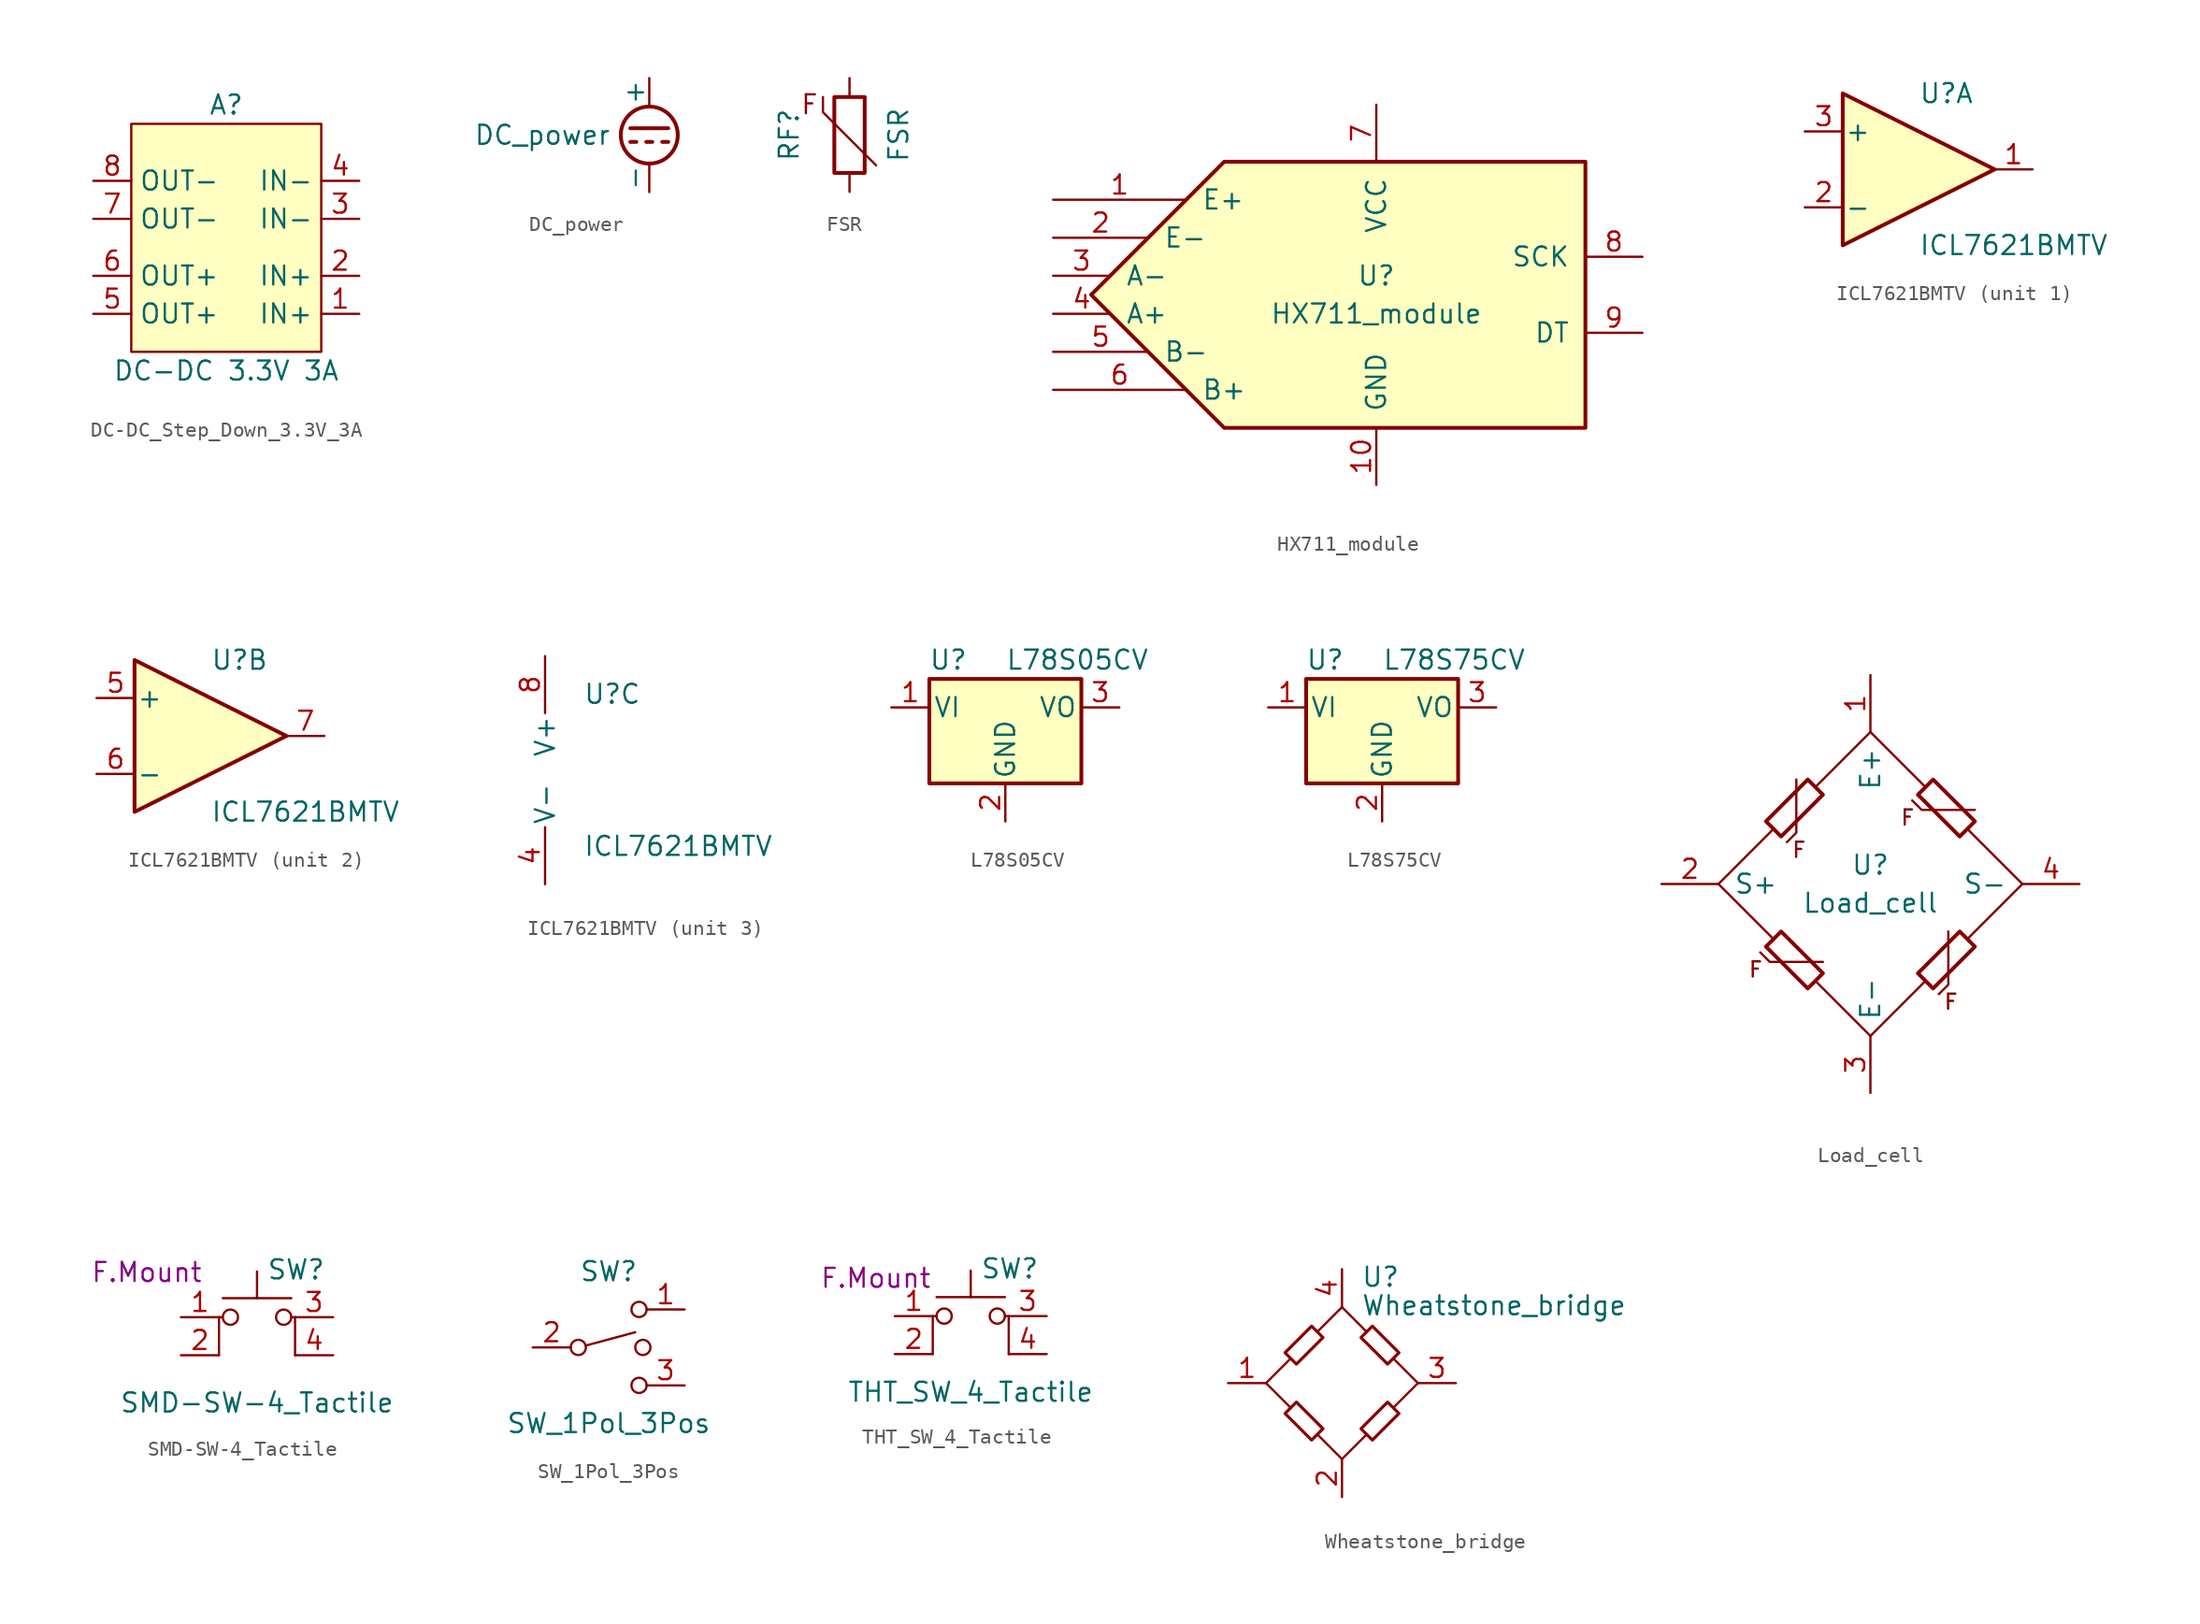
<source format=kicad_sym>
(kicad_symbol_lib
  (version 20220914)
  (generator kicad_symbol_editor)
  (symbol "DC-DC_Step_Down_3.3V_3A"
    (property "Reference" "A"
      (at 0 8.89 0)
      (effects (font (size 1.27 1.27))))
    (property "Value" "DC-DC 3.3V 3A"
      (at 0 -8.89 0)
      (effects (font (size 1.27 1.27))))
    (symbol "DC-DC_Step_Down_3.3V_3A_1_1"
      (rectangle (start -6.35 7.62) (end 6.35 -7.62) (stroke (width 0) (type default)) (fill (type background)))
      (pin power_in line (at 8.89 -5.08 180) (length 2.54) (name "IN+" (effects (font (size 1.27 1.27)))) (number "1" (effects (font (size 1.27 1.27)))))
      (pin power_in line (at 8.89 -2.54 180) (length 2.54) (name "IN+" (effects (font (size 1.27 1.27)))) (number "2" (effects (font (size 1.27 1.27)))))
      (pin power_in line (at 8.89 1.27 180) (length 2.54) (name "IN-" (effects (font (size 1.27 1.27)))) (number "3" (effects (font (size 1.27 1.27)))))
      (pin power_in line (at 8.89 3.81 180) (length 2.54) (name "IN-" (effects (font (size 1.27 1.27)))) (number "4" (effects (font (size 1.27 1.27)))))
      (pin power_out line (at -8.89 -5.08 0) (length 2.54) (name "OUT+" (effects (font (size 1.27 1.27)))) (number "5" (effects (font (size 1.27 1.27)))))
      (pin power_out line (at -8.89 -2.54 0) (length 2.54) (name "OUT+" (effects (font (size 1.27 1.27)))) (number "6" (effects (font (size 1.27 1.27)))))
      (pin power_out line (at -8.89 1.27 0) (length 2.54) (name "OUT-" (effects (font (size 1.27 1.27)))) (number "7" (effects (font (size 1.27 1.27)))))
      (pin power_out line (at -8.89 3.81 0) (length 2.54) (name "OUT-" (effects (font (size 1.27 1.27)))) (number "8" (effects (font (size 1.27 1.27)))))))
  (symbol "DC_power"
    (pin_numbers hide)
    (pin_names
      (offset 0))
    (property "Reference" "#PWR"
      (at 2.54 0 0)
      (effects (font (size 1.27 1.27)) (justify left) hide))
    (property "Value" "DC_power"
      (at -2.54 0 0)
      (effects (font (size 1.27 1.27)) (justify right)))
    (symbol "DC_power_0_1"
      (polyline (pts (xy -1.27 -0.457) (xy -0.864 -0.457)) (stroke (width 0.254) (type default)) (fill (type none)))
      (polyline (pts (xy -1.27 0.457) (xy 1.27 0.457)) (stroke (width 0.254) (type default)) (fill (type none)))
      (polyline (pts (xy -0.203 -0.457) (xy 0.203 -0.457)) (stroke (width 0.254) (type default)) (fill (type none)))
      (polyline (pts (xy 0.864 -0.457) (xy 1.27 -0.457)) (stroke (width 0.254) (type default)) (fill (type none)))
      (circle (center 0 0) (radius 1.905) (stroke (width 0.254) (type default)) (fill (type none))))
    (symbol "DC_power_1_1"
      (pin power_out line (at 0 3.81 270) (length 1.905) (name "+" (effects (font (size 1.27 1.27)))) (number "1" (effects (font (size 1.27 1.27)))))
      (pin power_out line (at 0 -3.81 90) (length 1.905) (name "-" (effects (font (size 1.27 1.27)))) (number "2" (effects (font (size 1.27 1.27)))))))
  (symbol "FSR"
    (pin_numbers hide)
    (pin_names
      (offset 0) hide)
    (property "Reference" "RF"
      (at -3.302 0 90)
      (effects (font (size 1.27 1.27)) (justify bottom)))
    (property "Value" "FSR"
      (at 2.54 0 90)
      (effects (font (size 1.27 1.27)) (justify top)))
    (symbol "FSR_0_1"
      (rectangle (start -1.016 2.54) (end 1.016 -2.54) (stroke (width 0.254) (type default)) (fill (type none)))
      (polyline (pts (xy -1.778 2.54) (xy -1.778 1.524) (xy 1.778 -2.032)) (stroke (width 0) (type default)) (fill (type none))))
    (symbol "FSR_1_1"
      (text "F" (at -2.032 2.032 0) (effects (font (size 1.27 1.27)) (justify right)))
      (pin passive line (at 0 3.81 270) (length 1.27) (name "~" (effects (font (size 1.27 1.27)))) (number "1" (effects (font (size 1.27 1.27)))))
      (pin passive line (at 0 -3.81 90) (length 1.27) (name "~" (effects (font (size 1.27 1.27)))) (number "2" (effects (font (size 1.27 1.27)))))))
  (symbol "HX711_module"
    (pin_names
      (offset 1.016))
    (property "Reference" "U"
      (at 0 1.27 0)
      (effects (font (size 1.27 1.27))))
    (property "Value" "HX711_module"
      (at 0 -1.27 0)
      (effects (font (size 1.27 1.27))))
    (symbol "HX711_module_0_1"
      (polyline (pts (xy 13.97 8.89) (xy -10.16 8.89) (xy -19.05 0) (xy -10.16 -8.89) (xy 13.97 -8.89) (xy 13.97 8.89)) (stroke (width 0.254) (type default)) (fill (type background))))
    (symbol "HX711_module_1_1"
      (pin power_out line (at -21.59 6.35 0) (length 8.89) (name "E+" (effects (font (size 1.27 1.27)))) (number "1" (effects (font (size 1.27 1.27)))))
      (pin power_in line (at 0 -12.7 90) (length 3.81) (name "GND" (effects (font (size 1.27 1.27)))) (number "10" (effects (font (size 1.27 1.27)))))
      (pin power_out line (at -21.59 3.81 0) (length 6.35) (name "E-" (effects (font (size 1.27 1.27)))) (number "2" (effects (font (size 1.27 1.27)))))
      (pin input line (at -21.59 1.27 0) (length 3.81) (name "A-" (effects (font (size 1.27 1.27)))) (number "3" (effects (font (size 1.27 1.27)))))
      (pin input line (at -21.59 -1.27 0) (length 3.81) (name "A+" (effects (font (size 1.27 1.27)))) (number "4" (effects (font (size 1.27 1.27)))))
      (pin input line (at -21.59 -3.81 0) (length 6.35) (name "B-" (effects (font (size 1.27 1.27)))) (number "5" (effects (font (size 1.27 1.27)))))
      (pin input line (at -21.59 -6.35 0) (length 8.89) (name "B+" (effects (font (size 1.27 1.27)))) (number "6" (effects (font (size 1.27 1.27)))))
      (pin power_in line (at 0 12.7 270) (length 3.81) (name "VCC" (effects (font (size 1.27 1.27)))) (number "7" (effects (font (size 1.27 1.27)))))
      (pin input line (at 17.78 2.54 180) (length 3.81) (name "SCK" (effects (font (size 1.27 1.27)))) (number "8" (effects (font (size 1.27 1.27)))))
      (pin output line (at 17.78 -2.54 180) (length 3.81) (name "DT" (effects (font (size 1.27 1.27)))) (number "9" (effects (font (size 1.27 1.27)))))))
  (symbol "ICL7621BMTV"
    (pin_names
      (offset 0.127))
    (property "Reference" "U"
      (at 0 5.08 0)
      (effects (font (size 1.27 1.27)) (justify left)))
    (property "Value" "ICL7621BMTV"
      (at 0 -5.08 0)
      (effects (font (size 1.27 1.27)) (justify left)))
    (property "ki_locked" ""
      (at 0 0 0)
      (effects (font (size 1.27 1.27))))
    (symbol "ICL7621BMTV_1_1"
      (polyline (pts (xy -5.08 5.08) (xy 5.08 0) (xy -5.08 -5.08) (xy -5.08 5.08)) (stroke (width 0.254) (type default)) (fill (type background)))
      (pin output line (at 7.62 0 180) (length 2.54) (name "~" (effects (font (size 1.27 1.27)))) (number "1" (effects (font (size 1.27 1.27)))))
      (pin input line (at -7.62 -2.54 0) (length 2.54) (name "-" (effects (font (size 1.27 1.27)))) (number "2" (effects (font (size 1.27 1.27)))))
      (pin input line (at -7.62 2.54 0) (length 2.54) (name "+" (effects (font (size 1.27 1.27)))) (number "3" (effects (font (size 1.27 1.27))))))
    (symbol "ICL7621BMTV_2_1"
      (polyline (pts (xy -5.08 5.08) (xy 5.08 0) (xy -5.08 -5.08) (xy -5.08 5.08)) (stroke (width 0.254) (type default)) (fill (type background)))
      (pin input line (at -7.62 2.54 0) (length 2.54) (name "+" (effects (font (size 1.27 1.27)))) (number "5" (effects (font (size 1.27 1.27)))))
      (pin input line (at -7.62 -2.54 0) (length 2.54) (name "-" (effects (font (size 1.27 1.27)))) (number "6" (effects (font (size 1.27 1.27)))))
      (pin output line (at 7.62 0 180) (length 2.54) (name "~" (effects (font (size 1.27 1.27)))) (number "7" (effects (font (size 1.27 1.27))))))
    (symbol "ICL7621BMTV_3_1"
      (pin power_in line (at -2.54 -7.62 90) (length 3.81) (name "V-" (effects (font (size 1.27 1.27)))) (number "4" (effects (font (size 1.27 1.27)))))
      (pin power_in line (at -2.54 7.62 270) (length 3.81) (name "V+" (effects (font (size 1.27 1.27)))) (number "8" (effects (font (size 1.27 1.27)))))))
  (symbol "L78S05CV"
    (pin_names
      (offset 0.254))
    (property "Reference" "U"
      (at -3.81 3.175 0)
      (effects (font (size 1.27 1.27))))
    (property "Value" "L78S05CV"
      (at 0 3.175 0)
      (effects (font (size 1.27 1.27)) (justify left)))
    (symbol "L78S05CV_0_1"
      (rectangle (start -5.08 1.905) (end 5.08 -5.08) (stroke (width 0.254) (type default)) (fill (type background))))
    (symbol "L78S05CV_1_1"
      (pin power_in line (at -7.62 0 0) (length 2.54) (name "VI" (effects (font (size 1.27 1.27)))) (number "1" (effects (font (size 1.27 1.27)))))
      (pin power_in line (at 0 -7.62 90) (length 2.54) (name "GND" (effects (font (size 1.27 1.27)))) (number "2" (effects (font (size 1.27 1.27)))))
      (pin power_out line (at 7.62 0 180) (length 2.54) (name "VO" (effects (font (size 1.27 1.27)))) (number "3" (effects (font (size 1.27 1.27)))))))
  (symbol "L78S75CV"
    (pin_names
      (offset 0.254))
    (property "Reference" "U"
      (at -3.81 3.175 0)
      (effects (font (size 1.27 1.27))))
    (property "Value" "L78S75CV"
      (at 0 3.175 0)
      (effects (font (size 1.27 1.27)) (justify left)))
    (symbol "L78S75CV_0_1"
      (rectangle (start -5.08 1.905) (end 5.08 -5.08) (stroke (width 0.254) (type default)) (fill (type background))))
    (symbol "L78S75CV_1_1"
      (pin power_in line (at -7.62 0 0) (length 2.54) (name "VI" (effects (font (size 1.27 1.27)))) (number "1" (effects (font (size 1.27 1.27)))))
      (pin power_in line (at 0 -7.62 90) (length 2.54) (name "GND" (effects (font (size 1.27 1.27)))) (number "2" (effects (font (size 1.27 1.27)))))
      (pin power_out line (at 7.62 0 180) (length 2.54) (name "VO" (effects (font (size 1.27 1.27)))) (number "3" (effects (font (size 1.27 1.27)))))))
  (symbol "Load_cell"
    (pin_names
      (offset 1.016))
    (property "Reference" "U"
      (at 0 1.27 0)
      (effects (font (size 1.27 1.27))))
    (property "Value" "Load_cell"
      (at 0 -1.27 0)
      (effects (font (size 1.27 1.27))))
    (symbol "Load_cell_0_0"
      (polyline (pts (xy -5.588 2.794) (xy -4.953 3.429) (xy -4.953 6.985)) (stroke (width 0) (type default)) (fill (type none)))
      (polyline (pts (xy 2.794 5.588) (xy 3.429 4.953) (xy 6.985 4.953)) (stroke (width 0) (type default)) (fill (type none)))
      (polyline (pts (xy 4.572 -7.366) (xy 5.207 -6.731) (xy 5.207 -3.175)) (stroke (width 0) (type default)) (fill (type none))))
    (symbol "Load_cell_0_1"
      (polyline (pts (xy -10.16 0) (xy -6.477 -3.683)) (stroke (width 0) (type default)) (fill (type none)))
      (polyline (pts (xy -6.477 3.683) (xy -10.16 0)) (stroke (width 0) (type default)) (fill (type none)))
      (polyline (pts (xy -3.683 -6.477) (xy 0 -10.16)) (stroke (width 0) (type default)) (fill (type none)))
      (polyline (pts (xy 0 -10.16) (xy 3.683 -6.477)) (stroke (width 0) (type default)) (fill (type none)))
      (polyline (pts (xy 0 10.16) (xy -3.683 6.477)) (stroke (width 0) (type default)) (fill (type none)))
      (polyline (pts (xy 3.683 6.477) (xy 0 10.16)) (stroke (width 0) (type default)) (fill (type none)))
      (polyline (pts (xy 6.477 -3.683) (xy 10.16 0)) (stroke (width 0) (type default)) (fill (type none)))
      (polyline (pts (xy 10.16 0) (xy 6.477 3.683)) (stroke (width 0) (type default)) (fill (type none)))
      (polyline (pts (xy -7.366 -4.572) (xy -6.731 -5.207) (xy -3.175 -5.207)) (stroke (width 0) (type default)) (fill (type none)))
      (polyline (pts (xy -6.985 -4.191) (xy -4.191 -6.985) (xy -3.175 -5.969) (xy -5.969 -3.175) (xy -6.985 -4.191)) (stroke (width 0.254) (type default)) (fill (type none)))
      (polyline (pts (xy -4.191 6.985) (xy -6.985 4.191) (xy -5.969 3.175) (xy -3.175 5.969) (xy -4.191 6.985)) (stroke (width 0.254) (type default)) (fill (type none)))
      (polyline (pts (xy 4.191 -6.985) (xy 6.985 -4.191) (xy 5.969 -3.175) (xy 3.175 -5.969) (xy 4.191 -6.985)) (stroke (width 0.254) (type default)) (fill (type none)))
      (polyline (pts (xy 6.985 4.191) (xy 4.191 6.985) (xy 3.175 5.969) (xy 5.969 3.175) (xy 6.985 4.191)) (stroke (width 0.254) (type default)) (fill (type none))))
    (symbol "Load_cell_1_1"
      (text "F" (at -7.137 -5.131 0) (effects (font (size 1.016 1.016)) (justify right top)))
      (text "F" (at -5.309 2.87 0) (effects (font (size 1.016 1.016)) (justify left top)))
      (text "F" (at 3.023 5.029 0) (effects (font (size 1.016 1.016)) (justify right top)))
      (text "F" (at 4.851 -7.29 0) (effects (font (size 1.016 1.016)) (justify left top)))
      (pin power_in line (at 0 13.97 270) (length 3.81) (name "E+" (effects (font (size 1.27 1.27)))) (number "1" (effects (font (size 1.27 1.27)))))
      (pin output line (at -13.97 0 0) (length 3.81) (name "S+" (effects (font (size 1.27 1.27)))) (number "2" (effects (font (size 1.27 1.27)))))
      (pin power_in line (at 0 -13.97 90) (length 3.81) (name "E-" (effects (font (size 1.27 1.27)))) (number "3" (effects (font (size 1.27 1.27)))))
      (pin output line (at 13.97 0 180) (length 3.81) (name "S-" (effects (font (size 1.27 1.27)))) (number "4" (effects (font (size 1.27 1.27)))))))
  (symbol "SMD-SW-4_Tactile"
    (pin_names
      (offset 1.016) hide)
    (property "Reference" "SW"
      (at 0.635 5.715 0)
      (effects (font (size 1.27 1.27)) (justify left)))
    (property "Value" "SMD-SW-4_Tactile"
      (at 0 -3.175 0)
      (effects (font (size 1.27 1.27))))
    (property "Mount Option" "F.Mount"
      (at -7.366 5.537 0)
      (effects (font (size 1.27 1.27))))
    (symbol "SMD-SW-4_Tactile_0_1"
      (circle (center -1.778 2.54) (radius 0.508) (stroke (width 0) (type default)) (fill (type none)))
      (polyline (pts (xy -2.286 3.81) (xy 2.286 3.81)) (stroke (width 0) (type default)) (fill (type none)))
      (polyline (pts (xy 0 3.81) (xy 0 5.588)) (stroke (width 0) (type default)) (fill (type none)))
      (polyline (pts (xy -2.54 0) (xy -2.54 2.54) (xy -2.286 2.54)) (stroke (width 0) (type default)) (fill (type none)))
      (polyline (pts (xy 2.54 0) (xy 2.54 2.54) (xy 2.286 2.54)) (stroke (width 0) (type default)) (fill (type none)))
      (circle (center 1.778 2.54) (radius 0.508) (stroke (width 0) (type default)) (fill (type none)))
      (pin passive line (at -5.08 2.54 0) (length 2.54) (name "1" (effects (font (size 1.27 1.27)))) (number "1" (effects (font (size 1.27 1.27)))))
      (pin passive line (at -5.08 0 0) (length 2.54) (name "2" (effects (font (size 1.27 1.27)))) (number "2" (effects (font (size 1.27 1.27)))))
      (pin passive line (at 5.08 2.54 180) (length 2.54) (name "K" (effects (font (size 1.27 1.27)))) (number "3" (effects (font (size 1.27 1.27)))))
      (pin passive line (at 5.08 0 180) (length 2.54) (name "A" (effects (font (size 1.27 1.27)))) (number "4" (effects (font (size 1.27 1.27)))))))
  (symbol "SW_1Pol_3Pos"
    (pin_names
      (offset 0) hide)
    (property "Reference" "SW"
      (at 0 5.08 0)
      (effects (font (size 1.27 1.27))))
    (property "Value" "SW_1Pol_3Pos"
      (at 0 -5.08 0)
      (effects (font (size 1.27 1.27))))
    (symbol "SW_1Pol_3Pos_0_0"
      (circle (center -2.032 0) (radius 0.508) (stroke (width 0) (type default)) (fill (type none)))
      (polyline (pts (xy -1.524 0.127) (xy 1.778 1.016)) (stroke (width 0) (type default)) (fill (type none)))
      (circle (center 2.032 -2.54) (radius 0.508) (stroke (width 0) (type default)) (fill (type none))))
    (symbol "SW_1Pol_3Pos_0_1"
      (circle (center 2.032 2.54) (radius 0.508) (stroke (width 0) (type default)) (fill (type none)))
      (circle (center 2.286 0) (radius 0.508) (stroke (width 0) (type default)) (fill (type none))))
    (symbol "SW_1Pol_3Pos_1_1"
      (pin passive line (at 5.08 2.54 180) (length 2.54) (name "1" (effects (font (size 1.27 1.27)))) (number "1" (effects (font (size 1.27 1.27)))))
      (pin passive line (at -5.08 0 0) (length 2.54) (name "2" (effects (font (size 1.27 1.27)))) (number "2" (effects (font (size 1.27 1.27)))))
      (pin passive line (at 5.08 -2.54 180) (length 2.54) (name "3" (effects (font (size 1.27 1.27)))) (number "3" (effects (font (size 1.27 1.27)))))))
  (symbol "THT_SW_4_Tactile"
    (pin_names
      (offset 1.016) hide)
    (property "Reference" "SW"
      (at 0.635 5.715 0)
      (effects (font (size 1.27 1.27)) (justify left)))
    (property "Value" "THT_SW_4_Tactile"
      (at 0 -2.54 0)
      (effects (font (size 1.27 1.27))))
    (property "Mount Option" "F.Mount"
      (at -6.35 5.08 0)
      (effects (font (size 1.27 1.27))))
    (symbol "THT_SW_4_Tactile_0_1"
      (circle (center -1.778 2.54) (radius 0.508) (stroke (width 0) (type default)) (fill (type none)))
      (polyline (pts (xy -2.286 3.81) (xy 2.286 3.81)) (stroke (width 0) (type default)) (fill (type none)))
      (polyline (pts (xy 0 3.81) (xy 0 5.588)) (stroke (width 0) (type default)) (fill (type none)))
      (polyline (pts (xy -2.54 0) (xy -2.54 2.54) (xy -2.286 2.54)) (stroke (width 0) (type default)) (fill (type none)))
      (polyline (pts (xy 2.54 0) (xy 2.54 2.54) (xy 2.286 2.54)) (stroke (width 0) (type default)) (fill (type none)))
      (circle (center 1.778 2.54) (radius 0.508) (stroke (width 0) (type default)) (fill (type none)))
      (pin passive line (at -5.08 2.54 0) (length 2.54) (name "1" (effects (font (size 1.27 1.27)))) (number "1" (effects (font (size 1.27 1.27)))))
      (pin passive line (at -5.08 0 0) (length 2.54) (name "2" (effects (font (size 1.27 1.27)))) (number "2" (effects (font (size 1.27 1.27)))))
      (pin passive line (at 5.08 2.54 180) (length 2.54) (name "K" (effects (font (size 1.27 1.27)))) (number "3" (effects (font (size 1.27 1.27)))))
      (pin passive line (at 5.08 0 180) (length 2.54) (name "A" (effects (font (size 1.27 1.27)))) (number "4" (effects (font (size 1.27 1.27)))))))
  (symbol "Wheatstone_bridge"
    (pin_names
      (offset 1.016) hide)
    (property "Reference" "U"
      (at 1.27 6.35 0)
      (effects (font (size 1.27 1.27)) (justify left bottom)))
    (property "Value" "Wheatstone_bridge"
      (at 1.27 4.445 0)
      (effects (font (size 1.27 1.27)) (justify left bottom)))
    (symbol "Wheatstone_bridge_0_1"
      (polyline (pts (xy -5.08 0) (xy -3.429 -1.651)) (stroke (width 0) (type default)) (fill (type none)))
      (polyline (pts (xy -3.429 1.651) (xy -5.08 0)) (stroke (width 0) (type default)) (fill (type none)))
      (polyline (pts (xy -1.651 -3.429) (xy 0 -5.08)) (stroke (width 0) (type default)) (fill (type none)))
      (polyline (pts (xy 0 -5.08) (xy 1.651 -3.429)) (stroke (width 0) (type default)) (fill (type none)))
      (polyline (pts (xy 0 5.08) (xy -1.651 3.429)) (stroke (width 0) (type default)) (fill (type none)))
      (polyline (pts (xy 1.651 3.429) (xy 0 5.08)) (stroke (width 0) (type default)) (fill (type none)))
      (polyline (pts (xy 3.429 -1.651) (xy 5.08 0)) (stroke (width 0) (type default)) (fill (type none)))
      (polyline (pts (xy 5.08 0) (xy 3.429 1.651)) (stroke (width 0) (type default)) (fill (type none)))
      (polyline (pts (xy -3.81 -2.032) (xy -2.032 -3.81) (xy -1.27 -3.048) (xy -3.048 -1.27) (xy -3.81 -2.032)) (stroke (width 0.203) (type default)) (fill (type none)))
      (polyline (pts (xy -2.032 3.81) (xy -3.81 2.032) (xy -3.048 1.27) (xy -1.27 3.048) (xy -2.032 3.81)) (stroke (width 0.203) (type default)) (fill (type none)))
      (polyline (pts (xy 2.032 -3.81) (xy 3.81 -2.032) (xy 3.048 -1.27) (xy 1.27 -3.048) (xy 2.032 -3.81)) (stroke (width 0.203) (type default)) (fill (type none)))
      (polyline (pts (xy 3.81 2.032) (xy 2.032 3.81) (xy 1.27 3.048) (xy 3.048 1.27) (xy 3.81 2.032)) (stroke (width 0.203) (type default)) (fill (type none))))
    (symbol "Wheatstone_bridge_1_1"
      (pin output line (at -7.62 0 0) (length 2.54) (name "~" (effects (font (size 1.27 1.27)))) (number "1" (effects (font (size 1.27 1.27)))))
      (pin power_in line (at 0 -7.62 90) (length 2.54) (name "~" (effects (font (size 1.27 1.27)))) (number "2" (effects (font (size 1.27 1.27)))))
      (pin output line (at 7.62 0 180) (length 2.54) (name "~" (effects (font (size 1.27 1.27)))) (number "3" (effects (font (size 1.27 1.27)))))
      (pin power_in line (at 0 7.62 270) (length 2.54) (name "~" (effects (font (size 1.27 1.27)))) (number "4" (effects (font (size 1.27 1.27))))))))
</source>
